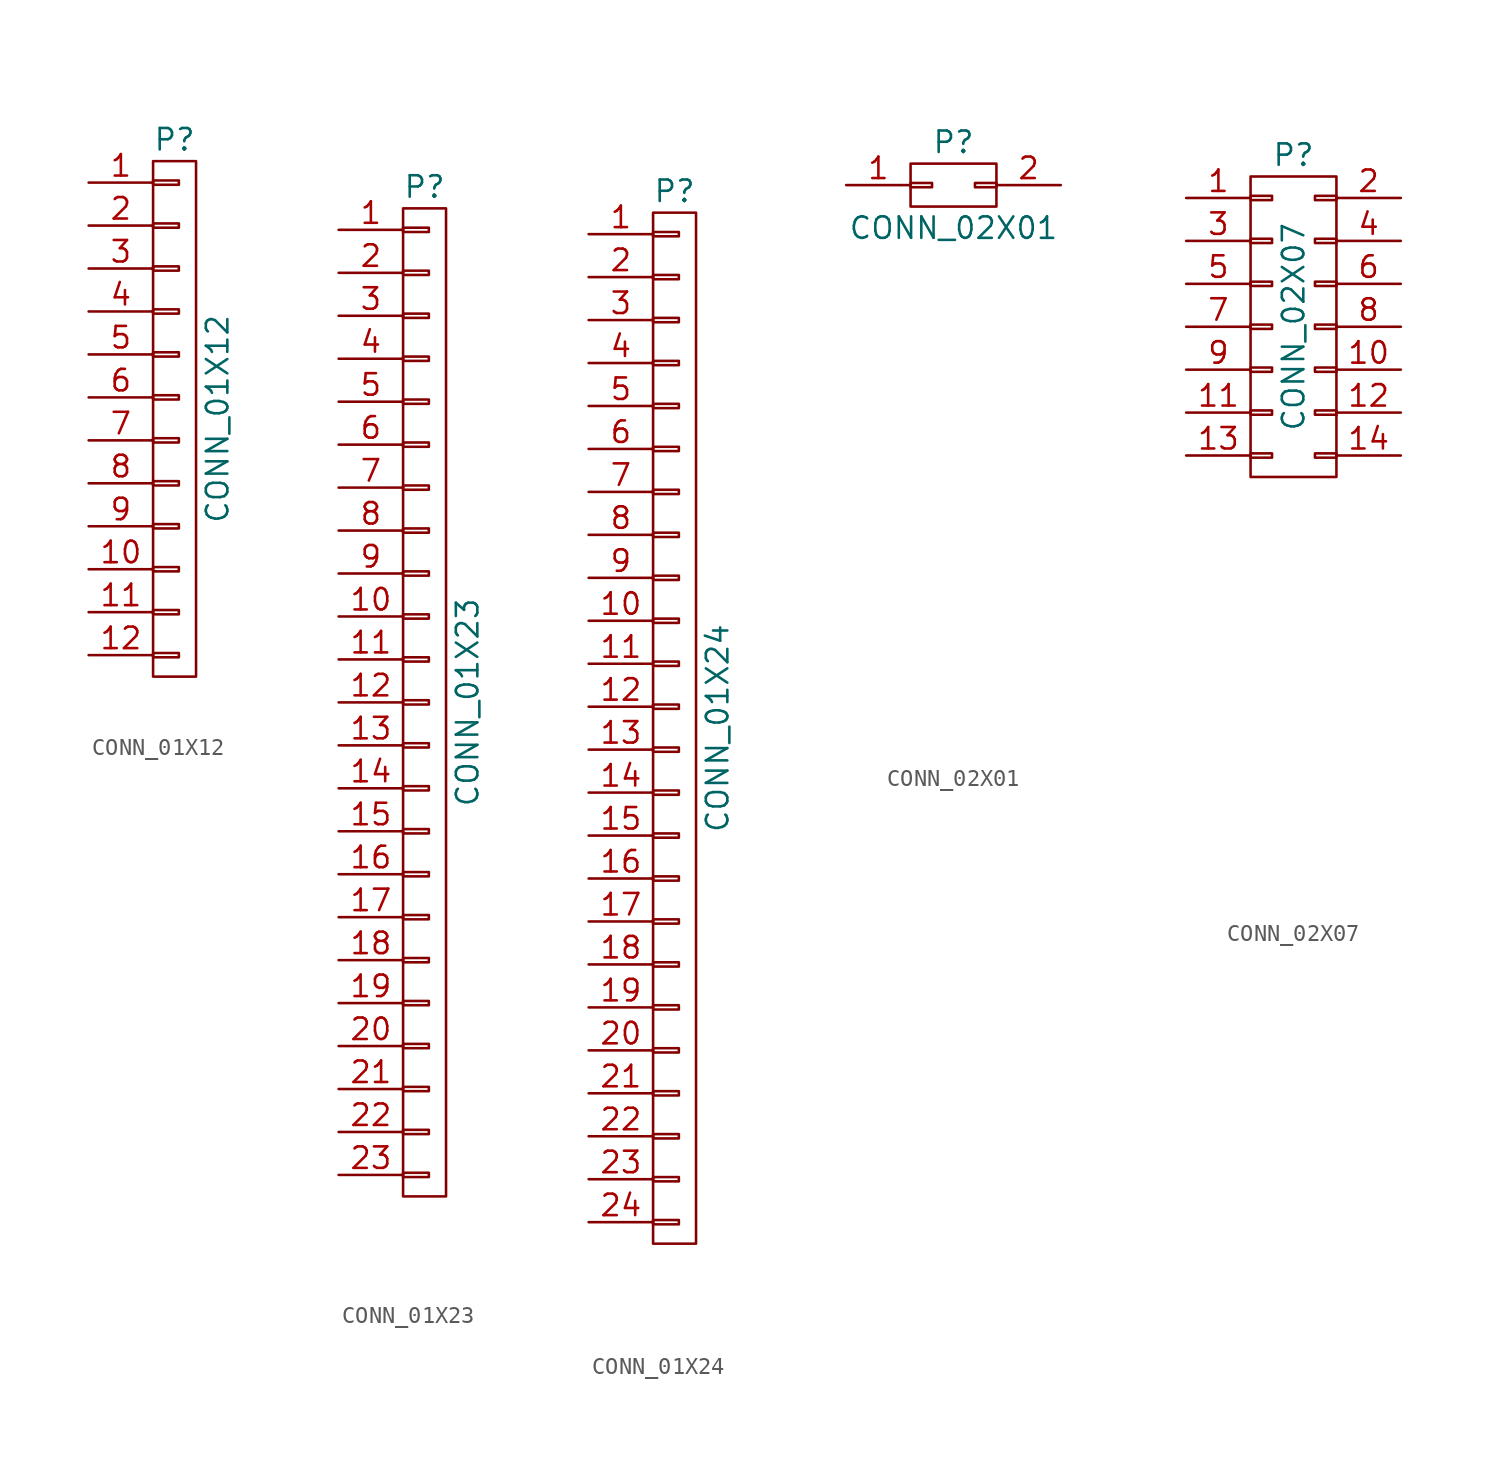
<source format=kicad_sym>
(kicad_symbol_lib
  (version 20211014)
  (generator kicad_symbol_editor)
  (symbol "CONN_01X12"
    (pin_names
      (offset 1.016) hide)
    (property "Reference" "P"
      (at 0 16.51 0)
      (effects (font (size 1.27 1.27))))
    (property "Value" "CONN_01X12"
      (at 2.54 0 90)
      (effects (font (size 1.27 1.27))))
    (property "Footprint" ""
      (at 0 0 0)
      (effects (font (size 1.27 1.27))))
    (property "Datasheet" ""
      (at 0 0 0)
      (effects (font (size 1.27 1.27))))
    (symbol "CONN_01X12_0_1"
      (rectangle (start -1.27 -15.24) (end 1.27 15.24) (stroke (width 0) (type default) (color 0 0 0 0)) (fill (type none)))
      (rectangle (start -1.27 -13.843) (end 0.254 -14.097) (stroke (width 0) (type default) (color 0 0 0 0)) (fill (type none)))
      (rectangle (start -1.27 -11.303) (end 0.254 -11.557) (stroke (width 0) (type default) (color 0 0 0 0)) (fill (type none)))
      (rectangle (start -1.27 -8.763) (end 0.254 -9.017) (stroke (width 0) (type default) (color 0 0 0 0)) (fill (type none)))
      (rectangle (start -1.27 -6.223) (end 0.254 -6.477) (stroke (width 0) (type default) (color 0 0 0 0)) (fill (type none)))
      (rectangle (start -1.27 -3.683) (end 0.254 -3.937) (stroke (width 0) (type default) (color 0 0 0 0)) (fill (type none)))
      (rectangle (start -1.27 -1.143) (end 0.254 -1.397) (stroke (width 0) (type default) (color 0 0 0 0)) (fill (type none)))
      (rectangle (start -1.27 1.397) (end 0.254 1.143) (stroke (width 0) (type default) (color 0 0 0 0)) (fill (type none)))
      (rectangle (start -1.27 3.937) (end 0.254 3.683) (stroke (width 0) (type default) (color 0 0 0 0)) (fill (type none)))
      (rectangle (start -1.27 6.477) (end 0.254 6.223) (stroke (width 0) (type default) (color 0 0 0 0)) (fill (type none)))
      (rectangle (start -1.27 9.017) (end 0.254 8.763) (stroke (width 0) (type default) (color 0 0 0 0)) (fill (type none)))
      (rectangle (start -1.27 11.557) (end 0.254 11.303) (stroke (width 0) (type default) (color 0 0 0 0)) (fill (type none)))
      (rectangle (start -1.27 14.097) (end 0.254 13.843) (stroke (width 0) (type default) (color 0 0 0 0)) (fill (type none))))
    (symbol "CONN_01X12_1_1"
      (pin passive line (at -5.08 13.97 0) (length 3.81) (name "P1" (effects (font (size 1.27 1.27)))) (number "1" (effects (font (size 1.27 1.27)))))
      (pin passive line (at -5.08 -8.89 0) (length 3.81) (name "P10" (effects (font (size 1.27 1.27)))) (number "10" (effects (font (size 1.27 1.27)))))
      (pin passive line (at -5.08 -11.43 0) (length 3.81) (name "P11" (effects (font (size 1.27 1.27)))) (number "11" (effects (font (size 1.27 1.27)))))
      (pin passive line (at -5.08 -13.97 0) (length 3.81) (name "P12" (effects (font (size 1.27 1.27)))) (number "12" (effects (font (size 1.27 1.27)))))
      (pin passive line (at -5.08 11.43 0) (length 3.81) (name "P2" (effects (font (size 1.27 1.27)))) (number "2" (effects (font (size 1.27 1.27)))))
      (pin passive line (at -5.08 8.89 0) (length 3.81) (name "P3" (effects (font (size 1.27 1.27)))) (number "3" (effects (font (size 1.27 1.27)))))
      (pin passive line (at -5.08 6.35 0) (length 3.81) (name "P4" (effects (font (size 1.27 1.27)))) (number "4" (effects (font (size 1.27 1.27)))))
      (pin passive line (at -5.08 3.81 0) (length 3.81) (name "P5" (effects (font (size 1.27 1.27)))) (number "5" (effects (font (size 1.27 1.27)))))
      (pin passive line (at -5.08 1.27 0) (length 3.81) (name "P6" (effects (font (size 1.27 1.27)))) (number "6" (effects (font (size 1.27 1.27)))))
      (pin passive line (at -5.08 -1.27 0) (length 3.81) (name "P7" (effects (font (size 1.27 1.27)))) (number "7" (effects (font (size 1.27 1.27)))))
      (pin passive line (at -5.08 -3.81 0) (length 3.81) (name "P8" (effects (font (size 1.27 1.27)))) (number "8" (effects (font (size 1.27 1.27)))))
      (pin passive line (at -5.08 -6.35 0) (length 3.81) (name "P9" (effects (font (size 1.27 1.27)))) (number "9" (effects (font (size 1.27 1.27)))))))
  (symbol "CONN_01X23"
    (pin_names
      (offset 1.016) hide)
    (property "Reference" "P"
      (at 0 30.48 0)
      (effects (font (size 1.27 1.27))))
    (property "Value" "CONN_01X23"
      (at 2.54 0 90)
      (effects (font (size 1.27 1.27))))
    (property "Footprint" ""
      (at 0 0 0)
      (effects (font (size 1.27 1.27))))
    (property "Datasheet" ""
      (at 0 0 0)
      (effects (font (size 1.27 1.27))))
    (symbol "CONN_01X23_0_1"
      (rectangle (start -1.27 -29.21) (end 1.27 29.21) (stroke (width 0) (type default) (color 0 0 0 0)) (fill (type none)))
      (rectangle (start -1.27 -27.813) (end 0.254 -28.067) (stroke (width 0) (type default) (color 0 0 0 0)) (fill (type none)))
      (rectangle (start -1.27 -25.273) (end 0.254 -25.527) (stroke (width 0) (type default) (color 0 0 0 0)) (fill (type none)))
      (rectangle (start -1.27 -22.733) (end 0.254 -22.987) (stroke (width 0) (type default) (color 0 0 0 0)) (fill (type none)))
      (rectangle (start -1.27 -20.193) (end 0.254 -20.447) (stroke (width 0) (type default) (color 0 0 0 0)) (fill (type none)))
      (rectangle (start -1.27 -17.653) (end 0.254 -17.907) (stroke (width 0) (type default) (color 0 0 0 0)) (fill (type none)))
      (rectangle (start -1.27 -15.113) (end 0.254 -15.367) (stroke (width 0) (type default) (color 0 0 0 0)) (fill (type none)))
      (rectangle (start -1.27 -12.573) (end 0.254 -12.827) (stroke (width 0) (type default) (color 0 0 0 0)) (fill (type none)))
      (rectangle (start -1.27 -10.033) (end 0.254 -10.287) (stroke (width 0) (type default) (color 0 0 0 0)) (fill (type none)))
      (rectangle (start -1.27 -7.493) (end 0.254 -7.747) (stroke (width 0) (type default) (color 0 0 0 0)) (fill (type none)))
      (rectangle (start -1.27 -4.953) (end 0.254 -5.207) (stroke (width 0) (type default) (color 0 0 0 0)) (fill (type none)))
      (rectangle (start -1.27 -2.413) (end 0.254 -2.667) (stroke (width 0) (type default) (color 0 0 0 0)) (fill (type none)))
      (rectangle (start -1.27 0.127) (end 0.254 -0.127) (stroke (width 0) (type default) (color 0 0 0 0)) (fill (type none)))
      (rectangle (start -1.27 2.667) (end 0.254 2.413) (stroke (width 0) (type default) (color 0 0 0 0)) (fill (type none)))
      (rectangle (start -1.27 5.207) (end 0.254 4.953) (stroke (width 0) (type default) (color 0 0 0 0)) (fill (type none)))
      (rectangle (start -1.27 7.747) (end 0.254 7.493) (stroke (width 0) (type default) (color 0 0 0 0)) (fill (type none)))
      (rectangle (start -1.27 10.287) (end 0.254 10.033) (stroke (width 0) (type default) (color 0 0 0 0)) (fill (type none)))
      (rectangle (start -1.27 12.827) (end 0.254 12.573) (stroke (width 0) (type default) (color 0 0 0 0)) (fill (type none)))
      (rectangle (start -1.27 15.367) (end 0.254 15.113) (stroke (width 0) (type default) (color 0 0 0 0)) (fill (type none)))
      (rectangle (start -1.27 17.907) (end 0.254 17.653) (stroke (width 0) (type default) (color 0 0 0 0)) (fill (type none)))
      (rectangle (start -1.27 20.447) (end 0.254 20.193) (stroke (width 0) (type default) (color 0 0 0 0)) (fill (type none)))
      (rectangle (start -1.27 22.987) (end 0.254 22.733) (stroke (width 0) (type default) (color 0 0 0 0)) (fill (type none)))
      (rectangle (start -1.27 25.527) (end 0.254 25.273) (stroke (width 0) (type default) (color 0 0 0 0)) (fill (type none)))
      (rectangle (start -1.27 28.067) (end 0.254 27.813) (stroke (width 0) (type default) (color 0 0 0 0)) (fill (type none))))
    (symbol "CONN_01X23_1_1"
      (pin passive line (at -5.08 27.94 0) (length 3.81) (name "P1" (effects (font (size 1.27 1.27)))) (number "1" (effects (font (size 1.27 1.27)))))
      (pin passive line (at -5.08 5.08 0) (length 3.81) (name "P10" (effects (font (size 1.27 1.27)))) (number "10" (effects (font (size 1.27 1.27)))))
      (pin passive line (at -5.08 2.54 0) (length 3.81) (name "P11" (effects (font (size 1.27 1.27)))) (number "11" (effects (font (size 1.27 1.27)))))
      (pin passive line (at -5.08 0 0) (length 3.81) (name "P12" (effects (font (size 1.27 1.27)))) (number "12" (effects (font (size 1.27 1.27)))))
      (pin passive line (at -5.08 -2.54 0) (length 3.81) (name "P13" (effects (font (size 1.27 1.27)))) (number "13" (effects (font (size 1.27 1.27)))))
      (pin passive line (at -5.08 -5.08 0) (length 3.81) (name "P14" (effects (font (size 1.27 1.27)))) (number "14" (effects (font (size 1.27 1.27)))))
      (pin passive line (at -5.08 -7.62 0) (length 3.81) (name "P15" (effects (font (size 1.27 1.27)))) (number "15" (effects (font (size 1.27 1.27)))))
      (pin passive line (at -5.08 -10.16 0) (length 3.81) (name "P16" (effects (font (size 1.27 1.27)))) (number "16" (effects (font (size 1.27 1.27)))))
      (pin passive line (at -5.08 -12.7 0) (length 3.81) (name "P17" (effects (font (size 1.27 1.27)))) (number "17" (effects (font (size 1.27 1.27)))))
      (pin passive line (at -5.08 -15.24 0) (length 3.81) (name "P18" (effects (font (size 1.27 1.27)))) (number "18" (effects (font (size 1.27 1.27)))))
      (pin passive line (at -5.08 -17.78 0) (length 3.81) (name "P19" (effects (font (size 1.27 1.27)))) (number "19" (effects (font (size 1.27 1.27)))))
      (pin passive line (at -5.08 25.4 0) (length 3.81) (name "P2" (effects (font (size 1.27 1.27)))) (number "2" (effects (font (size 1.27 1.27)))))
      (pin passive line (at -5.08 -20.32 0) (length 3.81) (name "P20" (effects (font (size 1.27 1.27)))) (number "20" (effects (font (size 1.27 1.27)))))
      (pin passive line (at -5.08 -22.86 0) (length 3.81) (name "P21" (effects (font (size 1.27 1.27)))) (number "21" (effects (font (size 1.27 1.27)))))
      (pin passive line (at -5.08 -25.4 0) (length 3.81) (name "P22" (effects (font (size 1.27 1.27)))) (number "22" (effects (font (size 1.27 1.27)))))
      (pin passive line (at -5.08 -27.94 0) (length 3.81) (name "P23" (effects (font (size 1.27 1.27)))) (number "23" (effects (font (size 1.27 1.27)))))
      (pin passive line (at -5.08 22.86 0) (length 3.81) (name "P3" (effects (font (size 1.27 1.27)))) (number "3" (effects (font (size 1.27 1.27)))))
      (pin passive line (at -5.08 20.32 0) (length 3.81) (name "P4" (effects (font (size 1.27 1.27)))) (number "4" (effects (font (size 1.27 1.27)))))
      (pin passive line (at -5.08 17.78 0) (length 3.81) (name "P5" (effects (font (size 1.27 1.27)))) (number "5" (effects (font (size 1.27 1.27)))))
      (pin passive line (at -5.08 15.24 0) (length 3.81) (name "P6" (effects (font (size 1.27 1.27)))) (number "6" (effects (font (size 1.27 1.27)))))
      (pin passive line (at -5.08 12.7 0) (length 3.81) (name "P7" (effects (font (size 1.27 1.27)))) (number "7" (effects (font (size 1.27 1.27)))))
      (pin passive line (at -5.08 10.16 0) (length 3.81) (name "P8" (effects (font (size 1.27 1.27)))) (number "8" (effects (font (size 1.27 1.27)))))
      (pin passive line (at -5.08 7.62 0) (length 3.81) (name "P9" (effects (font (size 1.27 1.27)))) (number "9" (effects (font (size 1.27 1.27)))))))
  (symbol "CONN_01X24"
    (pin_names
      (offset 1.016) hide)
    (property "Reference" "P"
      (at 0 31.75 0)
      (effects (font (size 1.27 1.27))))
    (property "Value" "CONN_01X24"
      (at 2.54 0 90)
      (effects (font (size 1.27 1.27))))
    (property "Footprint" ""
      (at 0 0 0)
      (effects (font (size 1.27 1.27))))
    (property "Datasheet" ""
      (at 0 0 0)
      (effects (font (size 1.27 1.27))))
    (symbol "CONN_01X24_0_1"
      (rectangle (start -1.27 -30.48) (end 1.27 30.48) (stroke (width 0) (type default) (color 0 0 0 0)) (fill (type none)))
      (rectangle (start -1.27 -29.083) (end 0.254 -29.337) (stroke (width 0) (type default) (color 0 0 0 0)) (fill (type none)))
      (rectangle (start -1.27 -26.543) (end 0.254 -26.797) (stroke (width 0) (type default) (color 0 0 0 0)) (fill (type none)))
      (rectangle (start -1.27 -24.003) (end 0.254 -24.257) (stroke (width 0) (type default) (color 0 0 0 0)) (fill (type none)))
      (rectangle (start -1.27 -21.463) (end 0.254 -21.717) (stroke (width 0) (type default) (color 0 0 0 0)) (fill (type none)))
      (rectangle (start -1.27 -18.923) (end 0.254 -19.177) (stroke (width 0) (type default) (color 0 0 0 0)) (fill (type none)))
      (rectangle (start -1.27 -16.383) (end 0.254 -16.637) (stroke (width 0) (type default) (color 0 0 0 0)) (fill (type none)))
      (rectangle (start -1.27 -13.843) (end 0.254 -14.097) (stroke (width 0) (type default) (color 0 0 0 0)) (fill (type none)))
      (rectangle (start -1.27 -11.303) (end 0.254 -11.557) (stroke (width 0) (type default) (color 0 0 0 0)) (fill (type none)))
      (rectangle (start -1.27 -8.763) (end 0.254 -9.017) (stroke (width 0) (type default) (color 0 0 0 0)) (fill (type none)))
      (rectangle (start -1.27 -6.223) (end 0.254 -6.477) (stroke (width 0) (type default) (color 0 0 0 0)) (fill (type none)))
      (rectangle (start -1.27 -3.683) (end 0.254 -3.937) (stroke (width 0) (type default) (color 0 0 0 0)) (fill (type none)))
      (rectangle (start -1.27 -1.143) (end 0.254 -1.397) (stroke (width 0) (type default) (color 0 0 0 0)) (fill (type none)))
      (rectangle (start -1.27 1.397) (end 0.254 1.143) (stroke (width 0) (type default) (color 0 0 0 0)) (fill (type none)))
      (rectangle (start -1.27 3.937) (end 0.254 3.683) (stroke (width 0) (type default) (color 0 0 0 0)) (fill (type none)))
      (rectangle (start -1.27 6.477) (end 0.254 6.223) (stroke (width 0) (type default) (color 0 0 0 0)) (fill (type none)))
      (rectangle (start -1.27 9.017) (end 0.254 8.763) (stroke (width 0) (type default) (color 0 0 0 0)) (fill (type none)))
      (rectangle (start -1.27 11.557) (end 0.254 11.303) (stroke (width 0) (type default) (color 0 0 0 0)) (fill (type none)))
      (rectangle (start -1.27 14.097) (end 0.254 13.843) (stroke (width 0) (type default) (color 0 0 0 0)) (fill (type none)))
      (rectangle (start -1.27 16.637) (end 0.254 16.383) (stroke (width 0) (type default) (color 0 0 0 0)) (fill (type none)))
      (rectangle (start -1.27 19.177) (end 0.254 18.923) (stroke (width 0) (type default) (color 0 0 0 0)) (fill (type none)))
      (rectangle (start -1.27 21.717) (end 0.254 21.463) (stroke (width 0) (type default) (color 0 0 0 0)) (fill (type none)))
      (rectangle (start -1.27 24.257) (end 0.254 24.003) (stroke (width 0) (type default) (color 0 0 0 0)) (fill (type none)))
      (rectangle (start -1.27 26.797) (end 0.254 26.543) (stroke (width 0) (type default) (color 0 0 0 0)) (fill (type none)))
      (rectangle (start -1.27 29.337) (end 0.254 29.083) (stroke (width 0) (type default) (color 0 0 0 0)) (fill (type none))))
    (symbol "CONN_01X24_1_1"
      (pin passive line (at -5.08 29.21 0) (length 3.81) (name "P1" (effects (font (size 1.27 1.27)))) (number "1" (effects (font (size 1.27 1.27)))))
      (pin passive line (at -5.08 6.35 0) (length 3.81) (name "P10" (effects (font (size 1.27 1.27)))) (number "10" (effects (font (size 1.27 1.27)))))
      (pin passive line (at -5.08 3.81 0) (length 3.81) (name "P11" (effects (font (size 1.27 1.27)))) (number "11" (effects (font (size 1.27 1.27)))))
      (pin passive line (at -5.08 1.27 0) (length 3.81) (name "P12" (effects (font (size 1.27 1.27)))) (number "12" (effects (font (size 1.27 1.27)))))
      (pin passive line (at -5.08 -1.27 0) (length 3.81) (name "P13" (effects (font (size 1.27 1.27)))) (number "13" (effects (font (size 1.27 1.27)))))
      (pin passive line (at -5.08 -3.81 0) (length 3.81) (name "P14" (effects (font (size 1.27 1.27)))) (number "14" (effects (font (size 1.27 1.27)))))
      (pin passive line (at -5.08 -6.35 0) (length 3.81) (name "P15" (effects (font (size 1.27 1.27)))) (number "15" (effects (font (size 1.27 1.27)))))
      (pin passive line (at -5.08 -8.89 0) (length 3.81) (name "P16" (effects (font (size 1.27 1.27)))) (number "16" (effects (font (size 1.27 1.27)))))
      (pin passive line (at -5.08 -11.43 0) (length 3.81) (name "P17" (effects (font (size 1.27 1.27)))) (number "17" (effects (font (size 1.27 1.27)))))
      (pin passive line (at -5.08 -13.97 0) (length 3.81) (name "P18" (effects (font (size 1.27 1.27)))) (number "18" (effects (font (size 1.27 1.27)))))
      (pin passive line (at -5.08 -16.51 0) (length 3.81) (name "P19" (effects (font (size 1.27 1.27)))) (number "19" (effects (font (size 1.27 1.27)))))
      (pin passive line (at -5.08 26.67 0) (length 3.81) (name "P2" (effects (font (size 1.27 1.27)))) (number "2" (effects (font (size 1.27 1.27)))))
      (pin passive line (at -5.08 -19.05 0) (length 3.81) (name "P20" (effects (font (size 1.27 1.27)))) (number "20" (effects (font (size 1.27 1.27)))))
      (pin passive line (at -5.08 -21.59 0) (length 3.81) (name "P21" (effects (font (size 1.27 1.27)))) (number "21" (effects (font (size 1.27 1.27)))))
      (pin passive line (at -5.08 -24.13 0) (length 3.81) (name "P22" (effects (font (size 1.27 1.27)))) (number "22" (effects (font (size 1.27 1.27)))))
      (pin passive line (at -5.08 -26.67 0) (length 3.81) (name "P23" (effects (font (size 1.27 1.27)))) (number "23" (effects (font (size 1.27 1.27)))))
      (pin passive line (at -5.08 -29.21 0) (length 3.81) (name "P24" (effects (font (size 1.27 1.27)))) (number "24" (effects (font (size 1.27 1.27)))))
      (pin passive line (at -5.08 24.13 0) (length 3.81) (name "P3" (effects (font (size 1.27 1.27)))) (number "3" (effects (font (size 1.27 1.27)))))
      (pin passive line (at -5.08 21.59 0) (length 3.81) (name "P4" (effects (font (size 1.27 1.27)))) (number "4" (effects (font (size 1.27 1.27)))))
      (pin passive line (at -5.08 19.05 0) (length 3.81) (name "P5" (effects (font (size 1.27 1.27)))) (number "5" (effects (font (size 1.27 1.27)))))
      (pin passive line (at -5.08 16.51 0) (length 3.81) (name "P6" (effects (font (size 1.27 1.27)))) (number "6" (effects (font (size 1.27 1.27)))))
      (pin passive line (at -5.08 13.97 0) (length 3.81) (name "P7" (effects (font (size 1.27 1.27)))) (number "7" (effects (font (size 1.27 1.27)))))
      (pin passive line (at -5.08 11.43 0) (length 3.81) (name "P8" (effects (font (size 1.27 1.27)))) (number "8" (effects (font (size 1.27 1.27)))))
      (pin passive line (at -5.08 8.89 0) (length 3.81) (name "P9" (effects (font (size 1.27 1.27)))) (number "9" (effects (font (size 1.27 1.27)))))))
  (symbol "CONN_02X01"
    (pin_names
      (offset 0.025) hide)
    (property "Reference" "P"
      (at 0 2.54 0)
      (effects (font (size 1.27 1.27))))
    (property "Value" "CONN_02X01"
      (at 0 -2.54 0)
      (effects (font (size 1.27 1.27))))
    (property "Footprint" ""
      (at 0 -30.48 0)
      (effects (font (size 1.27 1.27))))
    (property "Datasheet" ""
      (at 0 -30.48 0)
      (effects (font (size 1.27 1.27))))
    (symbol "CONN_02X01_0_1"
      (rectangle (start -2.54 0.127) (end -1.27 -0.127) (stroke (width 0) (type default) (color 0 0 0 0)) (fill (type none)))
      (rectangle (start -2.54 1.27) (end 2.54 -1.27) (stroke (width 0) (type default) (color 0 0 0 0)) (fill (type none)))
      (rectangle (start 1.27 0.127) (end 2.54 -0.127) (stroke (width 0) (type default) (color 0 0 0 0)) (fill (type none))))
    (symbol "CONN_02X01_1_1"
      (pin passive line (at -6.35 0 0) (length 3.81) (name "P1" (effects (font (size 1.27 1.27)))) (number "1" (effects (font (size 1.27 1.27)))))
      (pin passive line (at 6.35 0 180) (length 3.81) (name "P2" (effects (font (size 1.27 1.27)))) (number "2" (effects (font (size 1.27 1.27)))))))
  (symbol "CONN_02X07"
    (pin_names
      (offset 0.025) hide)
    (property "Reference" "P"
      (at 0 10.16 0)
      (effects (font (size 1.27 1.27))))
    (property "Value" "CONN_02X07"
      (at 0 0 90)
      (effects (font (size 1.27 1.27))))
    (property "Footprint" ""
      (at 0 -30.48 0)
      (effects (font (size 1.27 1.27))))
    (property "Datasheet" ""
      (at 0 -30.48 0)
      (effects (font (size 1.27 1.27))))
    (symbol "CONN_02X07_0_1"
      (rectangle (start -2.54 -7.493) (end -1.27 -7.747) (stroke (width 0) (type default) (color 0 0 0 0)) (fill (type none)))
      (rectangle (start -2.54 -4.953) (end -1.27 -5.207) (stroke (width 0) (type default) (color 0 0 0 0)) (fill (type none)))
      (rectangle (start -2.54 -2.413) (end -1.27 -2.667) (stroke (width 0) (type default) (color 0 0 0 0)) (fill (type none)))
      (rectangle (start -2.54 0.127) (end -1.27 -0.127) (stroke (width 0) (type default) (color 0 0 0 0)) (fill (type none)))
      (rectangle (start -2.54 2.667) (end -1.27 2.413) (stroke (width 0) (type default) (color 0 0 0 0)) (fill (type none)))
      (rectangle (start -2.54 5.207) (end -1.27 4.953) (stroke (width 0) (type default) (color 0 0 0 0)) (fill (type none)))
      (rectangle (start -2.54 7.747) (end -1.27 7.493) (stroke (width 0) (type default) (color 0 0 0 0)) (fill (type none)))
      (rectangle (start -2.54 8.89) (end 2.54 -8.89) (stroke (width 0) (type default) (color 0 0 0 0)) (fill (type none)))
      (rectangle (start 1.27 -7.493) (end 2.54 -7.747) (stroke (width 0) (type default) (color 0 0 0 0)) (fill (type none)))
      (rectangle (start 1.27 -4.953) (end 2.54 -5.207) (stroke (width 0) (type default) (color 0 0 0 0)) (fill (type none)))
      (rectangle (start 1.27 -2.413) (end 2.54 -2.667) (stroke (width 0) (type default) (color 0 0 0 0)) (fill (type none)))
      (rectangle (start 1.27 0.127) (end 2.54 -0.127) (stroke (width 0) (type default) (color 0 0 0 0)) (fill (type none)))
      (rectangle (start 1.27 2.667) (end 2.54 2.413) (stroke (width 0) (type default) (color 0 0 0 0)) (fill (type none)))
      (rectangle (start 1.27 5.207) (end 2.54 4.953) (stroke (width 0) (type default) (color 0 0 0 0)) (fill (type none)))
      (rectangle (start 1.27 7.747) (end 2.54 7.493) (stroke (width 0) (type default) (color 0 0 0 0)) (fill (type none))))
    (symbol "CONN_02X07_1_1"
      (pin passive line (at -6.35 7.62 0) (length 3.81) (name "P1" (effects (font (size 1.27 1.27)))) (number "1" (effects (font (size 1.27 1.27)))))
      (pin passive line (at 6.35 -2.54 180) (length 3.81) (name "P10" (effects (font (size 1.27 1.27)))) (number "10" (effects (font (size 1.27 1.27)))))
      (pin passive line (at -6.35 -5.08 0) (length 3.81) (name "P11" (effects (font (size 1.27 1.27)))) (number "11" (effects (font (size 1.27 1.27)))))
      (pin passive line (at 6.35 -5.08 180) (length 3.81) (name "P12" (effects (font (size 1.27 1.27)))) (number "12" (effects (font (size 1.27 1.27)))))
      (pin passive line (at -6.35 -7.62 0) (length 3.81) (name "P13" (effects (font (size 1.27 1.27)))) (number "13" (effects (font (size 1.27 1.27)))))
      (pin passive line (at 6.35 -7.62 180) (length 3.81) (name "P14" (effects (font (size 1.27 1.27)))) (number "14" (effects (font (size 1.27 1.27)))))
      (pin passive line (at 6.35 7.62 180) (length 3.81) (name "P2" (effects (font (size 1.27 1.27)))) (number "2" (effects (font (size 1.27 1.27)))))
      (pin passive line (at -6.35 5.08 0) (length 3.81) (name "P3" (effects (font (size 1.27 1.27)))) (number "3" (effects (font (size 1.27 1.27)))))
      (pin passive line (at 6.35 5.08 180) (length 3.81) (name "P4" (effects (font (size 1.27 1.27)))) (number "4" (effects (font (size 1.27 1.27)))))
      (pin passive line (at -6.35 2.54 0) (length 3.81) (name "P5" (effects (font (size 1.27 1.27)))) (number "5" (effects (font (size 1.27 1.27)))))
      (pin passive line (at 6.35 2.54 180) (length 3.81) (name "P6" (effects (font (size 1.27 1.27)))) (number "6" (effects (font (size 1.27 1.27)))))
      (pin passive line (at -6.35 0 0) (length 3.81) (name "P7" (effects (font (size 1.27 1.27)))) (number "7" (effects (font (size 1.27 1.27)))))
      (pin passive line (at 6.35 0 180) (length 3.81) (name "P8" (effects (font (size 1.27 1.27)))) (number "8" (effects (font (size 1.27 1.27)))))
      (pin passive line (at -6.35 -2.54 0) (length 3.81) (name "P9" (effects (font (size 1.27 1.27)))) (number "9" (effects (font (size 1.27 1.27))))))))
</source>
